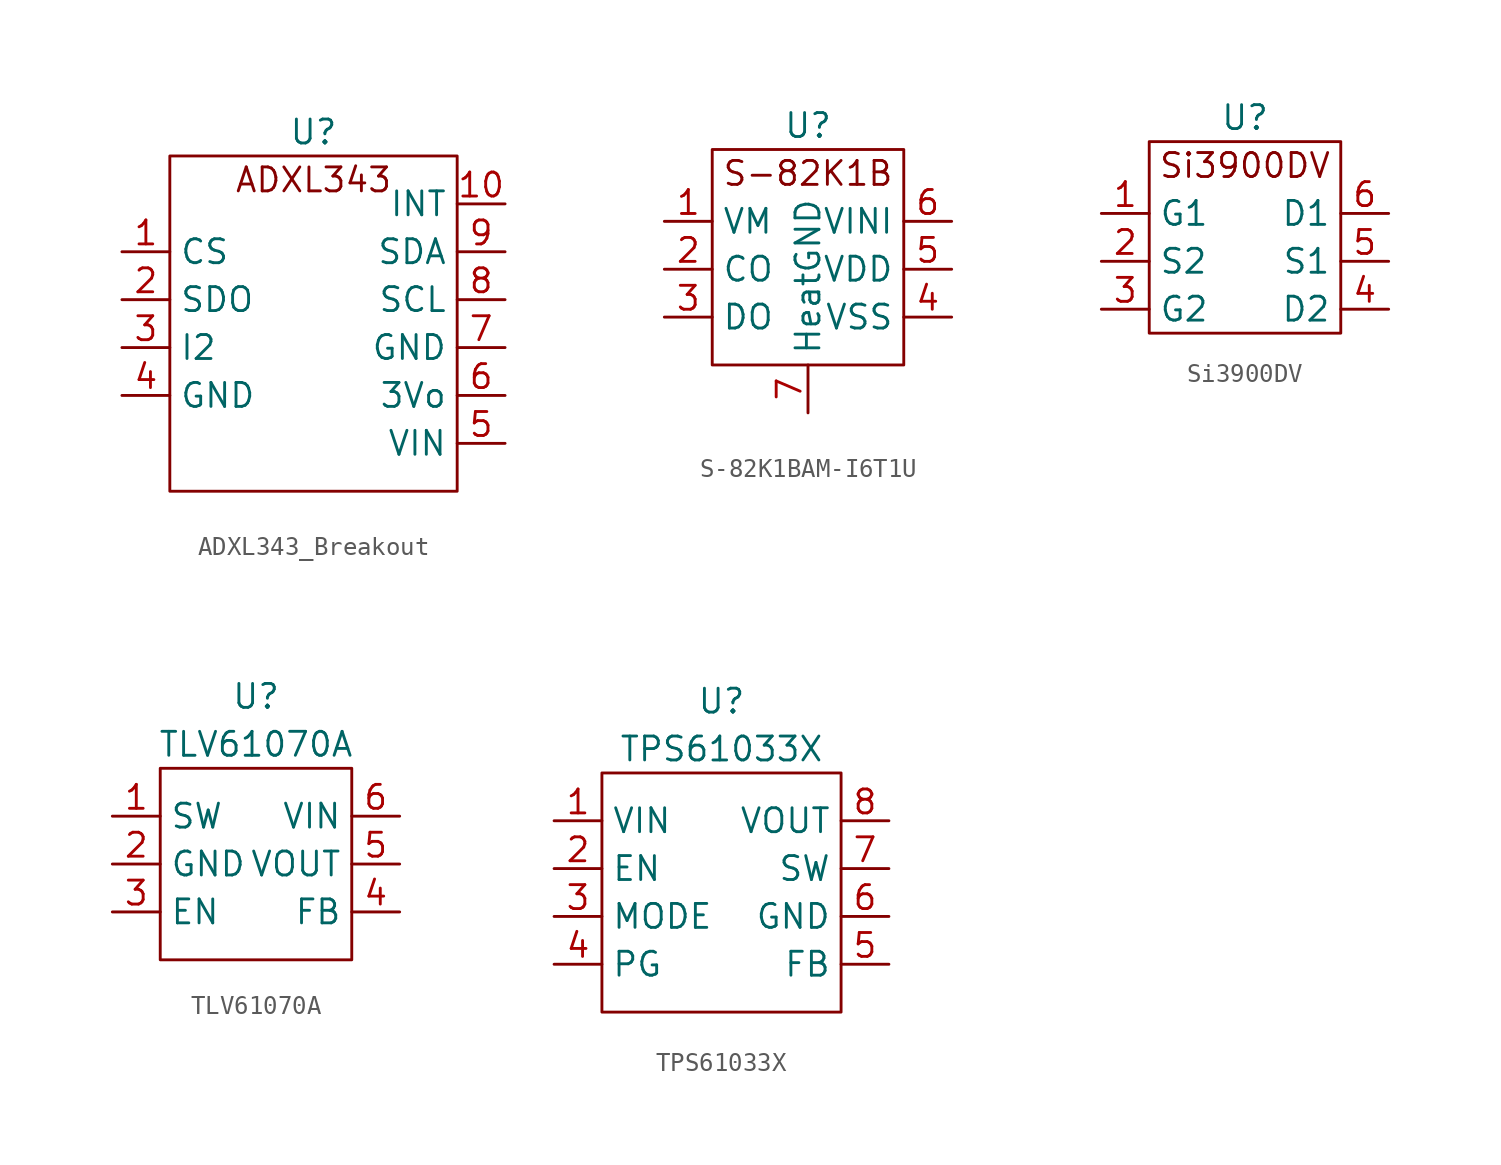
<source format=kicad_sym>
(kicad_symbol_lib
  (version 20220914)
  (generator kicad_symbol_editor)
  (symbol "ADXL343_Breakout"
    (property "Reference" "U"
      (at 0 11.43 0)
      (effects (font (size 1.27 1.27))))
    (property "Value" ""
      (at 0 0 0)
      (effects (font (size 1.27 1.27))))
    (symbol "ADXL343_Breakout_0_1"
      (rectangle (start -7.62 10.16) (end 7.62 -7.62) (stroke (width 0) (type default)) (fill (type none))))
    (symbol "ADXL343_Breakout_1_1"
      (text "ADXL343\n" (at 0 8.89 0) (effects (font (size 1.27 1.27))))
      (pin input line (at -10.16 5.08 0) (length 2.54) (name "CS" (effects (font (size 1.27 1.27)))) (number "1" (effects (font (size 1.27 1.27)))))
      (pin input line (at 10.16 7.62 180) (length 2.54) (name "INT" (effects (font (size 1.27 1.27)))) (number "10" (effects (font (size 1.27 1.27)))))
      (pin input line (at -10.16 2.54 0) (length 2.54) (name "SDO" (effects (font (size 1.27 1.27)))) (number "2" (effects (font (size 1.27 1.27)))))
      (pin input line (at -10.16 0 0) (length 2.54) (name "I2" (effects (font (size 1.27 1.27)))) (number "3" (effects (font (size 1.27 1.27)))))
      (pin input line (at -10.16 -2.54 0) (length 2.54) (name "GND" (effects (font (size 1.27 1.27)))) (number "4" (effects (font (size 1.27 1.27)))))
      (pin input line (at 10.16 -5.08 180) (length 2.54) (name "VIN" (effects (font (size 1.27 1.27)))) (number "5" (effects (font (size 1.27 1.27)))))
      (pin input line (at 10.16 -2.54 180) (length 2.54) (name "3Vo" (effects (font (size 1.27 1.27)))) (number "6" (effects (font (size 1.27 1.27)))))
      (pin input line (at 10.16 0 180) (length 2.54) (name "GND" (effects (font (size 1.27 1.27)))) (number "7" (effects (font (size 1.27 1.27)))))
      (pin input line (at 10.16 2.54 180) (length 2.54) (name "SCL" (effects (font (size 1.27 1.27)))) (number "8" (effects (font (size 1.27 1.27)))))
      (pin input line (at 10.16 5.08 180) (length 2.54) (name "SDA" (effects (font (size 1.27 1.27)))) (number "9" (effects (font (size 1.27 1.27)))))))
  (symbol "S-82K1BAM-I6T1U"
    (property "Reference" "U"
      (at 0 8.89 0)
      (effects (font (size 1.27 1.27))))
    (property "Value" ""
      (at 0 0 0)
      (effects (font (size 1.27 1.27))))
    (symbol "S-82K1BAM-I6T1U_0_1"
      (rectangle (start -5.08 7.62) (end 5.08 -3.81) (stroke (width 0) (type default)) (fill (type none))))
    (symbol "S-82K1BAM-I6T1U_1_1"
      (text "S-82K1B" (at 0 6.35 0) (effects (font (size 1.27 1.27))))
      (pin input line (at -7.62 3.81 0) (length 2.54) (name "VM" (effects (font (size 1.27 1.27)))) (number "1" (effects (font (size 1.27 1.27)))))
      (pin output line (at -7.62 1.27 0) (length 2.54) (name "CO" (effects (font (size 1.27 1.27)))) (number "2" (effects (font (size 1.27 1.27)))))
      (pin output line (at -7.62 -1.27 0) (length 2.54) (name "DO" (effects (font (size 1.27 1.27)))) (number "3" (effects (font (size 1.27 1.27)))))
      (pin input line (at 7.62 -1.27 180) (length 2.54) (name "VSS" (effects (font (size 1.27 1.27)))) (number "4" (effects (font (size 1.27 1.27)))))
      (pin input line (at 7.62 1.27 180) (length 2.54) (name "VDD" (effects (font (size 1.27 1.27)))) (number "5" (effects (font (size 1.27 1.27)))))
      (pin input line (at 7.62 3.81 180) (length 2.54) (name "VINI" (effects (font (size 1.27 1.27)))) (number "6" (effects (font (size 1.27 1.27)))))
      (pin input line (at 0 -6.35 90) (length 2.54) (name "HeatGND" (effects (font (size 1.27 1.27)))) (number "7" (effects (font (size 1.27 1.27)))))))
  (symbol "Si3900DV"
    (property "Reference" "U"
      (at 0 7.62 0)
      (effects (font (size 1.27 1.27))))
    (property "Value" ""
      (at 0 0 0)
      (effects (font (size 1.27 1.27))))
    (symbol "Si3900DV_0_1"
      (rectangle (start -5.08 6.35) (end 5.08 -3.81) (stroke (width 0) (type default)) (fill (type none))))
    (symbol "Si3900DV_1_1"
      (text "Si3900DV" (at 0 5.08 0) (effects (font (size 1.27 1.27))))
      (pin input line (at -7.62 2.54 0) (length 2.54) (name "G1" (effects (font (size 1.27 1.27)))) (number "1" (effects (font (size 1.27 1.27)))))
      (pin bidirectional line (at -7.62 0 0) (length 2.54) (name "S2" (effects (font (size 1.27 1.27)))) (number "2" (effects (font (size 1.27 1.27)))))
      (pin input line (at -7.62 -2.54 0) (length 2.54) (name "G2" (effects (font (size 1.27 1.27)))) (number "3" (effects (font (size 1.27 1.27)))))
      (pin bidirectional line (at 7.62 -2.54 180) (length 2.54) (name "D2" (effects (font (size 1.27 1.27)))) (number "4" (effects (font (size 1.27 1.27)))))
      (pin bidirectional line (at 7.62 0 180) (length 2.54) (name "S1" (effects (font (size 1.27 1.27)))) (number "5" (effects (font (size 1.27 1.27)))))
      (pin bidirectional line (at 7.62 2.54 180) (length 2.54) (name "D1" (effects (font (size 1.27 1.27)))) (number "6" (effects (font (size 1.27 1.27)))))))
  (symbol "TLV61070A"
    (property "Reference" "U"
      (at 0 7.62 0)
      (effects (font (size 1.27 1.27))))
    (property "Value" "TLV61070A"
      (at 0 5.08 0)
      (effects (font (size 1.27 1.27))))
    (symbol "TLV61070A_0_1"
      (rectangle (start -5.08 3.81) (end 5.08 -6.35) (stroke (width 0) (type default)) (fill (type none))))
    (symbol "TLV61070A_1_1"
      (pin input line (at -7.62 1.27 0) (length 2.54) (name "SW" (effects (font (size 1.27 1.27)))) (number "1" (effects (font (size 1.27 1.27)))))
      (pin input line (at -7.62 -1.27 0) (length 2.54) (name "GND" (effects (font (size 1.27 1.27)))) (number "2" (effects (font (size 1.27 1.27)))))
      (pin input line (at -7.62 -3.81 0) (length 2.54) (name "EN" (effects (font (size 1.27 1.27)))) (number "3" (effects (font (size 1.27 1.27)))))
      (pin input line (at 7.62 -3.81 180) (length 2.54) (name "FB" (effects (font (size 1.27 1.27)))) (number "4" (effects (font (size 1.27 1.27)))))
      (pin input line (at 7.62 -1.27 180) (length 2.54) (name "VOUT" (effects (font (size 1.27 1.27)))) (number "5" (effects (font (size 1.27 1.27)))))
      (pin input line (at 7.62 1.27 180) (length 2.54) (name "VIN" (effects (font (size 1.27 1.27)))) (number "6" (effects (font (size 1.27 1.27)))))))
  (symbol "TPS61033X"
    (property "Reference" "U"
      (at 0 8.89 0)
      (effects (font (size 1.27 1.27))))
    (property "Value" "TPS61033X"
      (at 0 6.35 0)
      (effects (font (size 1.27 1.27))))
    (symbol "TPS61033X_0_1"
      (rectangle (start -6.35 5.08) (end 6.35 -7.62) (stroke (width 0) (type default)) (fill (type none))))
    (symbol "TPS61033X_1_1"
      (pin input line (at -8.89 2.54 0) (length 2.54) (name "VIN" (effects (font (size 1.27 1.27)))) (number "1" (effects (font (size 1.27 1.27)))))
      (pin input line (at -8.89 0 0) (length 2.54) (name "EN" (effects (font (size 1.27 1.27)))) (number "2" (effects (font (size 1.27 1.27)))))
      (pin input line (at -8.89 -2.54 0) (length 2.54) (name "MODE" (effects (font (size 1.27 1.27)))) (number "3" (effects (font (size 1.27 1.27)))))
      (pin output line (at -8.89 -5.08 0) (length 2.54) (name "PG" (effects (font (size 1.27 1.27)))) (number "4" (effects (font (size 1.27 1.27)))))
      (pin input line (at 8.89 -5.08 180) (length 2.54) (name "FB" (effects (font (size 1.27 1.27)))) (number "5" (effects (font (size 1.27 1.27)))))
      (pin power_in line (at 8.89 -2.54 180) (length 2.54) (name "GND" (effects (font (size 1.27 1.27)))) (number "6" (effects (font (size 1.27 1.27)))))
      (pin power_in line (at 8.89 0 180) (length 2.54) (name "SW" (effects (font (size 1.27 1.27)))) (number "7" (effects (font (size 1.27 1.27)))))
      (pin output line (at 8.89 2.54 180) (length 2.54) (name "VOUT" (effects (font (size 1.27 1.27)))) (number "8" (effects (font (size 1.27 1.27))))))))
</source>
